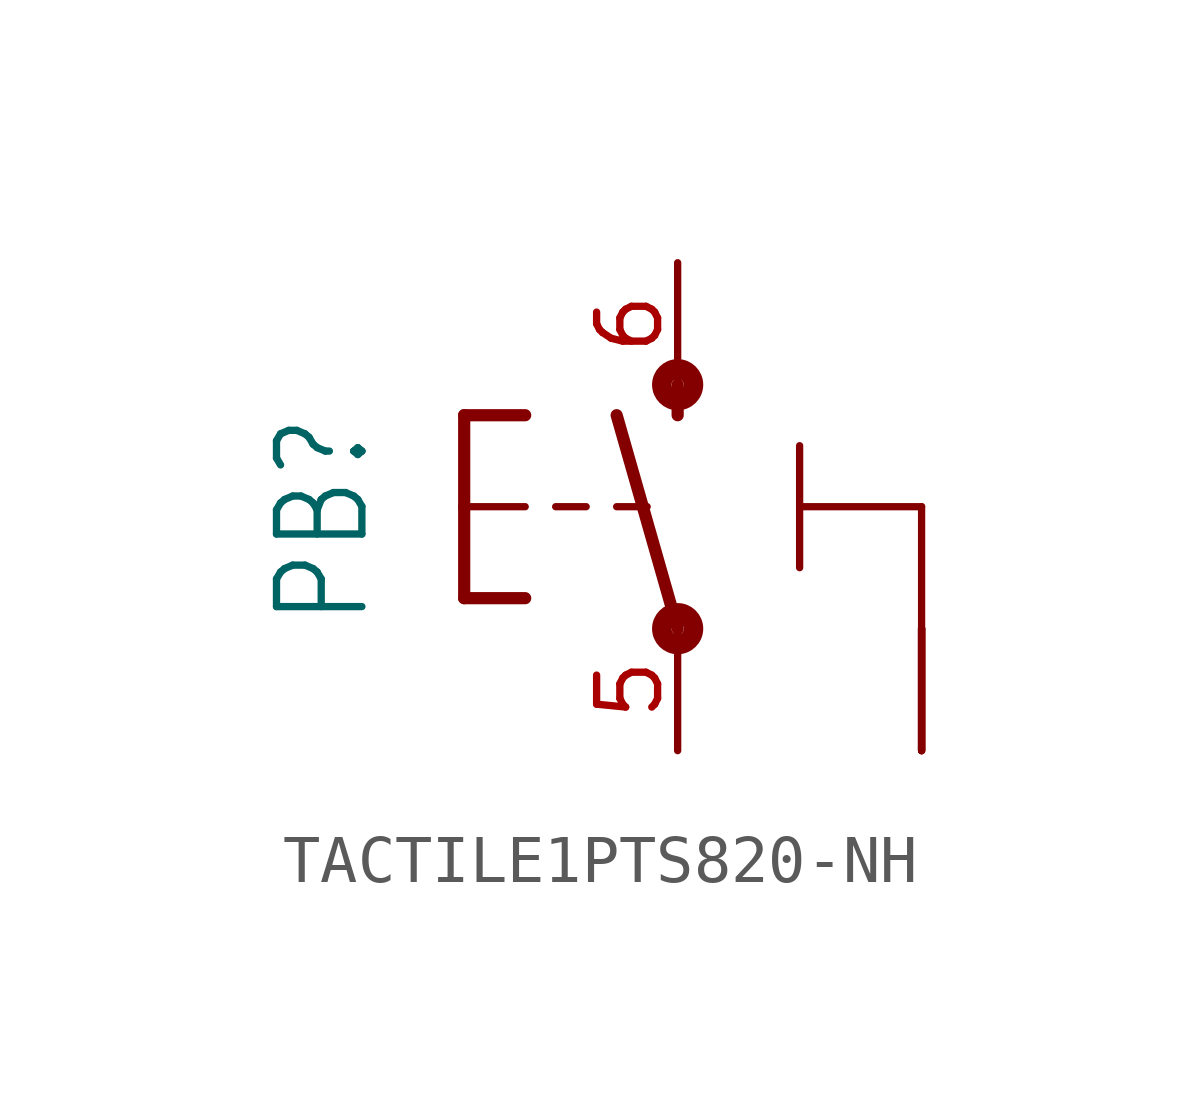
<source format=kicad_sym>
(kicad_symbol_lib
  (version 20211014)
  (generator kicad_symbol_editor)
  (symbol "TACTILE1PTS820-NH"
    (property "Reference" "PB"
      (at -6.35 -2.54 90)
      (effects (font (size 1.778 1.511)) (justify left bottom)))
    (property "ki_locked" ""
      (at 0 0 0)
      (effects (font (size 1.27 1.27))))
    (symbol "TACTILE1PTS820-NH_1_0"
      (circle (center 0 -2.54) (radius 0.127) (stroke (width 0.406) (type default) (color 0 0 0 0)) (fill (type none)))
      (polyline (pts (xy -4.445 -1.905) (xy -3.175 -1.905)) (stroke (width 0.254) (type default) (color 0 0 0 0)) (fill (type none)))
      (polyline (pts (xy -4.445 0) (xy -4.445 -1.905)) (stroke (width 0.254) (type default) (color 0 0 0 0)) (fill (type none)))
      (polyline (pts (xy -4.445 0) (xy -3.175 0)) (stroke (width 0.152) (type default) (color 0 0 0 0)) (fill (type none)))
      (polyline (pts (xy -4.445 1.905) (xy -4.445 0)) (stroke (width 0.254) (type default) (color 0 0 0 0)) (fill (type none)))
      (polyline (pts (xy -4.445 1.905) (xy -3.175 1.905)) (stroke (width 0.254) (type default) (color 0 0 0 0)) (fill (type none)))
      (polyline (pts (xy -2.54 0) (xy -1.905 0)) (stroke (width 0.152) (type default) (color 0 0 0 0)) (fill (type none)))
      (polyline (pts (xy -1.27 0) (xy -0.635 0)) (stroke (width 0.152) (type default) (color 0 0 0 0)) (fill (type none)))
      (polyline (pts (xy 0 -2.54) (xy -1.27 1.905)) (stroke (width 0.254) (type default) (color 0 0 0 0)) (fill (type none)))
      (polyline (pts (xy 0 1.905) (xy 0 2.54)) (stroke (width 0.254) (type default) (color 0 0 0 0)) (fill (type none)))
      (polyline (pts (xy 2.54 0) (xy 2.54 -1.27)) (stroke (width 0.152) (type default) (color 0 0 0 0)) (fill (type none)))
      (polyline (pts (xy 2.54 0) (xy 2.54 1.27)) (stroke (width 0.152) (type default) (color 0 0 0 0)) (fill (type none)))
      (polyline (pts (xy 5.08 -2.54) (xy 5.08 0)) (stroke (width 0.152) (type default) (color 0 0 0 0)) (fill (type none)))
      (polyline (pts (xy 5.08 0) (xy 2.54 0)) (stroke (width 0.152) (type default) (color 0 0 0 0)) (fill (type none)))
      (circle (center 0 2.54) (radius 0.127) (stroke (width 0.406) (type default) (color 0 0 0 0)) (fill (type none)))
      (pin power_in line (at 5.08 -5.08 90) (length 2.54) (name "3" (effects (font (size 0 0)))) (number "1" (effects (font (size 0 0)))))
      (pin power_in line (at 5.08 -5.08 90) (length 2.54) (name "3" (effects (font (size 0 0)))) (number "2" (effects (font (size 0 0)))))
      (pin power_in line (at 5.08 -5.08 90) (length 2.54) (name "3" (effects (font (size 0 0)))) (number "3" (effects (font (size 0 0)))))
      (pin power_in line (at 5.08 -5.08 90) (length 2.54) (name "3" (effects (font (size 0 0)))) (number "4" (effects (font (size 0 0)))))
      (pin passive line (at 0 -5.08 90) (length 2.54) (name "1" (effects (font (size 0 0)))) (number "5" (effects (font (size 1.27 1.27)))))
      (pin passive line (at 0 5.08 270) (length 2.54) (name "2" (effects (font (size 0 0)))) (number "6" (effects (font (size 1.27 1.27))))))))
</source>
